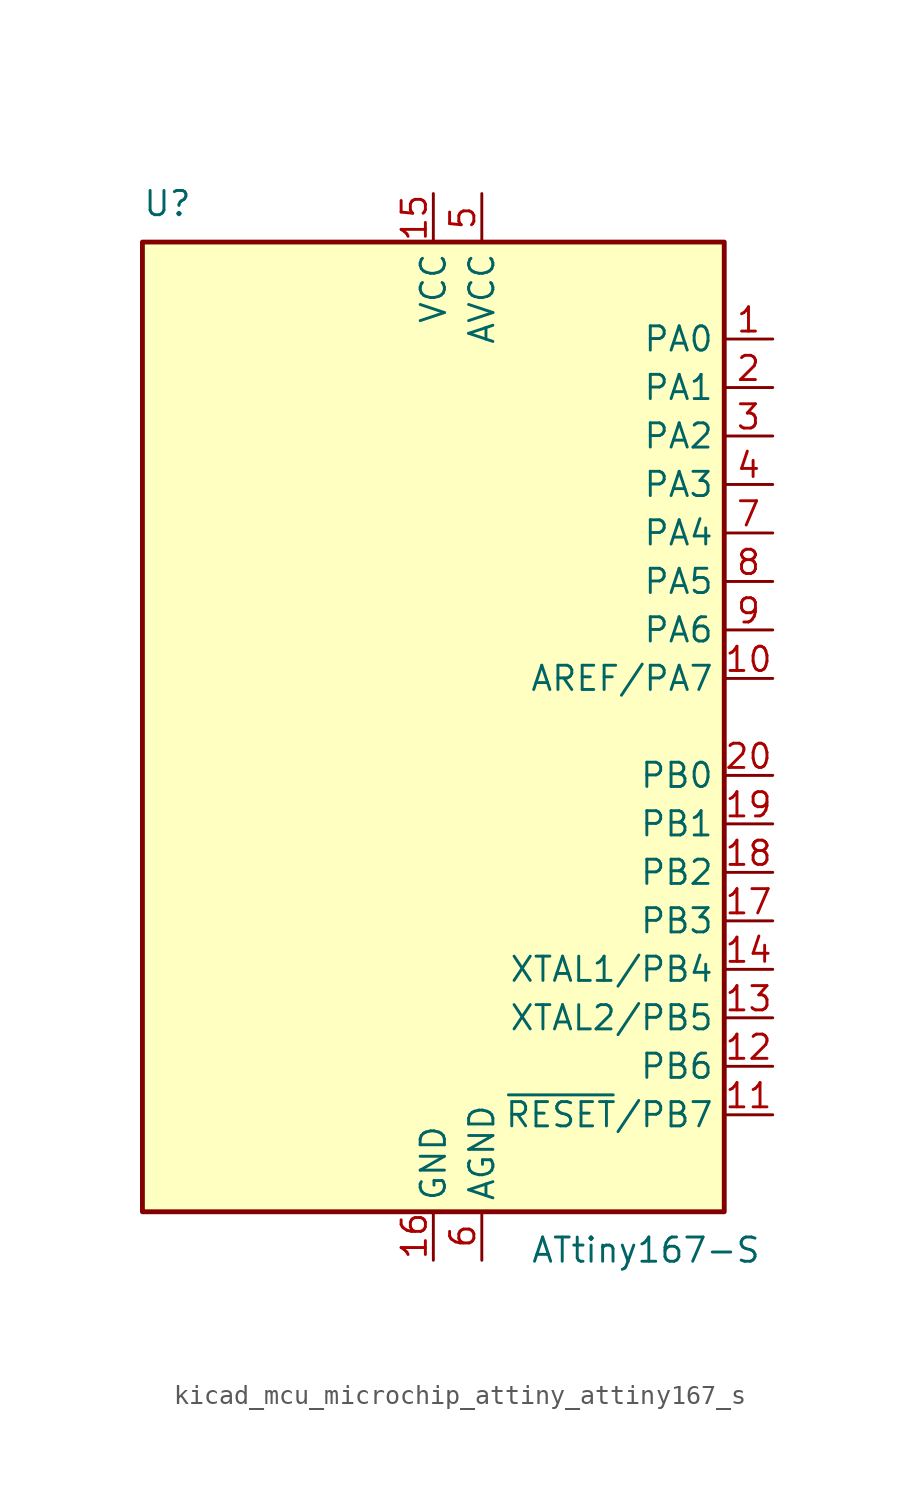
<source format=kicad_sym>
(kicad_symbol_lib
  (version 20220914)
  (generator kicad_symbol_editor)
  (symbol "kicad_mcu_microchip_attiny_attiny167_s"
    (property "Reference" "U"
      (at -15.24 26.67 0)
      (effects (font (size 1.27 1.27)) (justify left bottom)))
    (property "Value" "ATtiny167-S"
      (at 5.08 -26.67 0)
      (effects (font (size 1.27 1.27)) (justify left top)))
    (symbol "kicad_mcu_microchip_attiny_attiny167_s_0_1"
      (rectangle (start -15.24 -25.4) (end 15.24 25.4) (stroke (width 0.254) (type default)) (fill (type background))))
    (symbol "kicad_mcu_microchip_attiny_attiny167_s_1_1"
      (pin bidirectional line (at 17.78 20.32 180) (length 2.54) (name "PA0" (effects (font (size 1.27 1.27)))) (number "1" (effects (font (size 1.27 1.27)))))
      (pin bidirectional line (at 17.78 2.54 180) (length 2.54) (name "AREF/PA7" (effects (font (size 1.27 1.27)))) (number "10" (effects (font (size 1.27 1.27)))))
      (pin bidirectional line (at 17.78 -20.32 180) (length 2.54) (name "~{RESET}/PB7" (effects (font (size 1.27 1.27)))) (number "11" (effects (font (size 1.27 1.27)))))
      (pin bidirectional line (at 17.78 -17.78 180) (length 2.54) (name "PB6" (effects (font (size 1.27 1.27)))) (number "12" (effects (font (size 1.27 1.27)))))
      (pin bidirectional line (at 17.78 -15.24 180) (length 2.54) (name "XTAL2/PB5" (effects (font (size 1.27 1.27)))) (number "13" (effects (font (size 1.27 1.27)))))
      (pin bidirectional line (at 17.78 -12.7 180) (length 2.54) (name "XTAL1/PB4" (effects (font (size 1.27 1.27)))) (number "14" (effects (font (size 1.27 1.27)))))
      (pin power_in line (at 0 27.94 270) (length 2.54) (name "VCC" (effects (font (size 1.27 1.27)))) (number "15" (effects (font (size 1.27 1.27)))))
      (pin power_in line (at 0 -27.94 90) (length 2.54) (name "GND" (effects (font (size 1.27 1.27)))) (number "16" (effects (font (size 1.27 1.27)))))
      (pin bidirectional line (at 17.78 -10.16 180) (length 2.54) (name "PB3" (effects (font (size 1.27 1.27)))) (number "17" (effects (font (size 1.27 1.27)))))
      (pin bidirectional line (at 17.78 -7.62 180) (length 2.54) (name "PB2" (effects (font (size 1.27 1.27)))) (number "18" (effects (font (size 1.27 1.27)))))
      (pin bidirectional line (at 17.78 -5.08 180) (length 2.54) (name "PB1" (effects (font (size 1.27 1.27)))) (number "19" (effects (font (size 1.27 1.27)))))
      (pin bidirectional line (at 17.78 17.78 180) (length 2.54) (name "PA1" (effects (font (size 1.27 1.27)))) (number "2" (effects (font (size 1.27 1.27)))))
      (pin bidirectional line (at 17.78 -2.54 180) (length 2.54) (name "PB0" (effects (font (size 1.27 1.27)))) (number "20" (effects (font (size 1.27 1.27)))))
      (pin bidirectional line (at 17.78 15.24 180) (length 2.54) (name "PA2" (effects (font (size 1.27 1.27)))) (number "3" (effects (font (size 1.27 1.27)))))
      (pin bidirectional line (at 17.78 12.7 180) (length 2.54) (name "PA3" (effects (font (size 1.27 1.27)))) (number "4" (effects (font (size 1.27 1.27)))))
      (pin power_in line (at 2.54 27.94 270) (length 2.54) (name "AVCC" (effects (font (size 1.27 1.27)))) (number "5" (effects (font (size 1.27 1.27)))))
      (pin power_in line (at 2.54 -27.94 90) (length 2.54) (name "AGND" (effects (font (size 1.27 1.27)))) (number "6" (effects (font (size 1.27 1.27)))))
      (pin bidirectional line (at 17.78 10.16 180) (length 2.54) (name "PA4" (effects (font (size 1.27 1.27)))) (number "7" (effects (font (size 1.27 1.27)))))
      (pin bidirectional line (at 17.78 7.62 180) (length 2.54) (name "PA5" (effects (font (size 1.27 1.27)))) (number "8" (effects (font (size 1.27 1.27)))))
      (pin bidirectional line (at 17.78 5.08 180) (length 2.54) (name "PA6" (effects (font (size 1.27 1.27)))) (number "9" (effects (font (size 1.27 1.27))))))))
</source>
